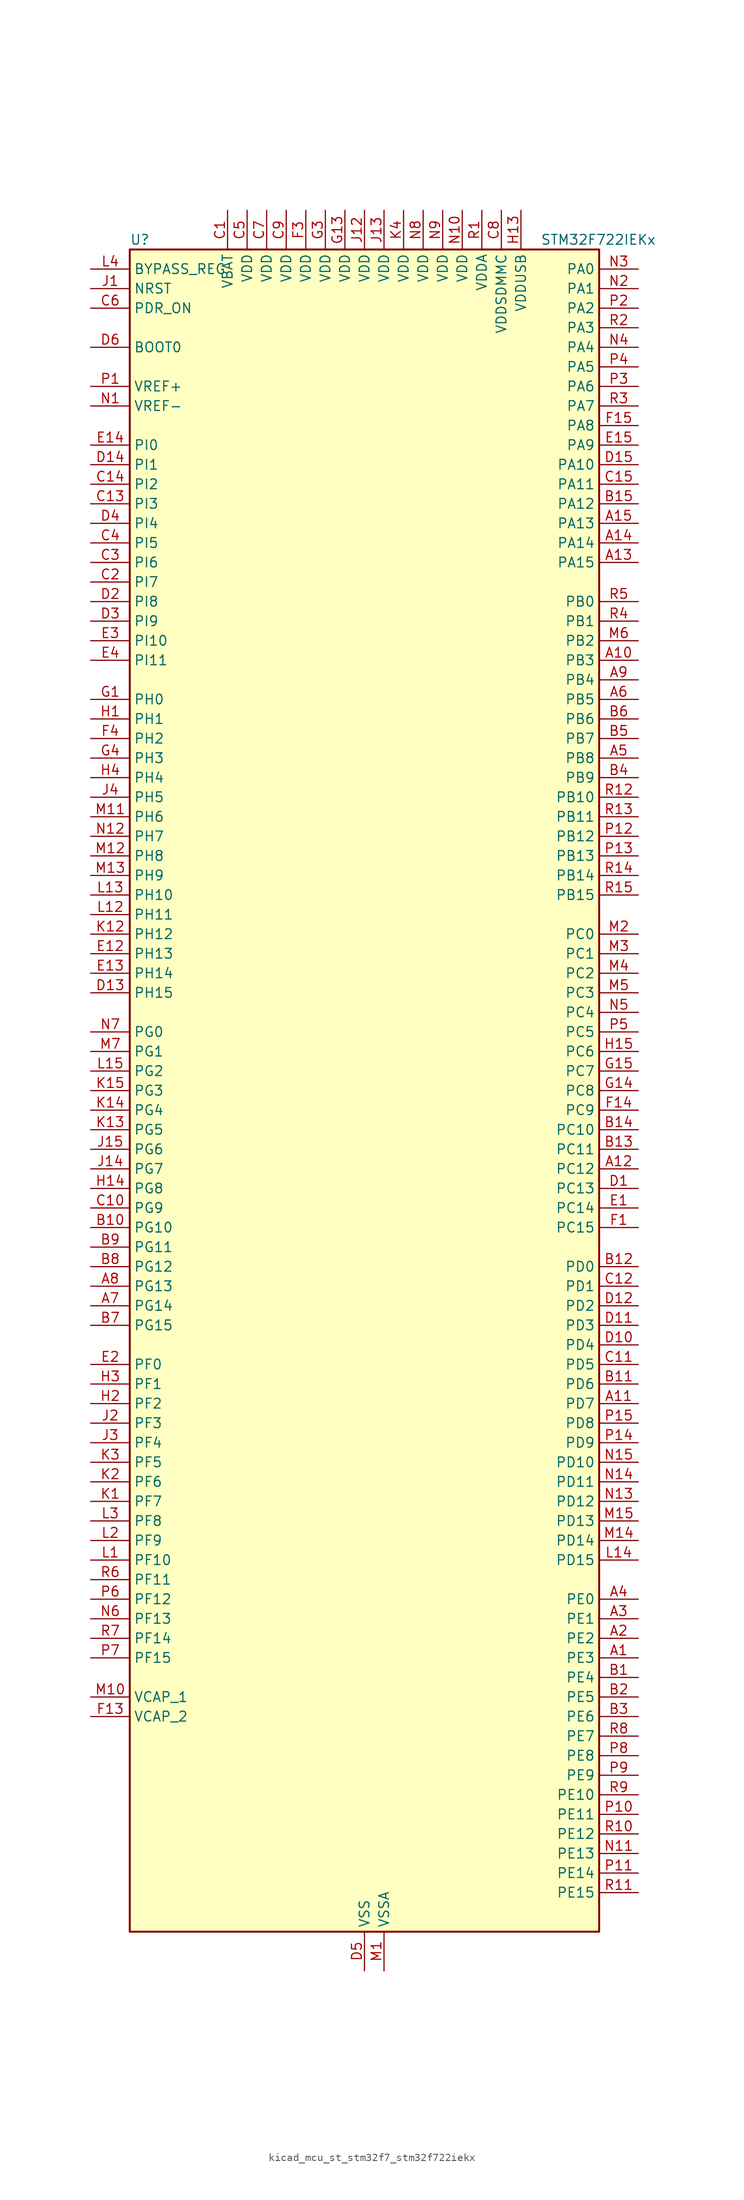
<source format=kicad_sym>
(kicad_symbol_lib
  (version 20220914)
  (generator kicad_symbol_editor)
  (symbol "kicad_mcu_st_stm32f7_stm32f722iekx"
    (property "Reference" "U"
      (at -30.48 110.49 0)
      (effects (font (size 1.27 1.27)) (justify left)))
    (property "Value" "STM32F722IEKx"
      (at 22.86 110.49 0)
      (effects (font (size 1.27 1.27)) (justify left)))
    (property "ki_locked" ""
      (at 0 0 0)
      (effects (font (size 1.27 1.27))))
    (symbol "kicad_mcu_st_stm32f7_stm32f722iekx_0_1"
      (rectangle (start -30.48 -109.22) (end 30.48 109.22) (stroke (width 0.254) (type default)) (fill (type background))))
    (symbol "kicad_mcu_st_stm32f7_stm32f722iekx_1_1"
      (pin bidirectional line (at 35.56 -73.66 180) (length 5.08) (name "PE3" (effects (font (size 1.27 1.27)))) (number "A1" (effects (font (size 1.27 1.27)))) (alternate "FMC_A19" bidirectional line) (alternate "SAI1_SD_B" bidirectional line) (alternate "SYS_TRACED0" bidirectional line))
      (pin bidirectional line (at 35.56 55.88 180) (length 5.08) (name "PB3" (effects (font (size 1.27 1.27)))) (number "A10" (effects (font (size 1.27 1.27)))) (alternate "I2S1_CK" bidirectional line) (alternate "I2S3_CK" bidirectional line) (alternate "SDMMC2_D2" bidirectional line) (alternate "SPI1_SCK" bidirectional line) (alternate "SPI3_SCK" bidirectional line) (alternate "SYS_JTDO-SWO" bidirectional line) (alternate "TIM2_CH2" bidirectional line))
      (pin bidirectional line (at 35.56 -40.64 180) (length 5.08) (name "PD7" (effects (font (size 1.27 1.27)))) (number "A11" (effects (font (size 1.27 1.27)))) (alternate "FMC_NE1" bidirectional line) (alternate "SDMMC2_CMD" bidirectional line) (alternate "USART2_CK" bidirectional line))
      (pin bidirectional line (at 35.56 -10.16 180) (length 5.08) (name "PC12" (effects (font (size 1.27 1.27)))) (number "A12" (effects (font (size 1.27 1.27)))) (alternate "I2S3_SD" bidirectional line) (alternate "SDMMC1_CK" bidirectional line) (alternate "SPI3_MOSI" bidirectional line) (alternate "SYS_TRACED3" bidirectional line) (alternate "UART5_TX" bidirectional line) (alternate "USART3_CK" bidirectional line))
      (pin bidirectional line (at 35.56 68.58 180) (length 5.08) (name "PA15" (effects (font (size 1.27 1.27)))) (number "A13" (effects (font (size 1.27 1.27)))) (alternate "I2S1_WS" bidirectional line) (alternate "I2S3_WS" bidirectional line) (alternate "SPI1_NSS" bidirectional line) (alternate "SPI3_NSS" bidirectional line) (alternate "SYS_JTDI" bidirectional line) (alternate "TIM2_CH1" bidirectional line) (alternate "TIM2_ETR" bidirectional line) (alternate "UART4_DE" bidirectional line) (alternate "UART4_RTS" bidirectional line))
      (pin bidirectional line (at 35.56 71.12 180) (length 5.08) (name "PA14" (effects (font (size 1.27 1.27)))) (number "A14" (effects (font (size 1.27 1.27)))) (alternate "SYS_JTCK-SWCLK" bidirectional line))
      (pin bidirectional line (at 35.56 73.66 180) (length 5.08) (name "PA13" (effects (font (size 1.27 1.27)))) (number "A15" (effects (font (size 1.27 1.27)))) (alternate "SYS_JTMS-SWDIO" bidirectional line))
      (pin bidirectional line (at 35.56 -71.12 180) (length 5.08) (name "PE2" (effects (font (size 1.27 1.27)))) (number "A2" (effects (font (size 1.27 1.27)))) (alternate "FMC_A23" bidirectional line) (alternate "QUADSPI_BK1_IO2" bidirectional line) (alternate "SAI1_MCLK_A" bidirectional line) (alternate "SPI4_SCK" bidirectional line) (alternate "SYS_TRACECLK" bidirectional line))
      (pin bidirectional line (at 35.56 -68.58 180) (length 5.08) (name "PE1" (effects (font (size 1.27 1.27)))) (number "A3" (effects (font (size 1.27 1.27)))) (alternate "FMC_NBL1" bidirectional line) (alternate "LPTIM1_IN2" bidirectional line) (alternate "UART8_TX" bidirectional line))
      (pin bidirectional line (at 35.56 -66.04 180) (length 5.08) (name "PE0" (effects (font (size 1.27 1.27)))) (number "A4" (effects (font (size 1.27 1.27)))) (alternate "FMC_NBL0" bidirectional line) (alternate "LPTIM1_ETR" bidirectional line) (alternate "SAI2_MCLK_A" bidirectional line) (alternate "TIM4_ETR" bidirectional line) (alternate "UART8_RX" bidirectional line))
      (pin bidirectional line (at 35.56 43.18 180) (length 5.08) (name "PB8" (effects (font (size 1.27 1.27)))) (number "A5" (effects (font (size 1.27 1.27)))) (alternate "CAN1_RX" bidirectional line) (alternate "I2C1_SCL" bidirectional line) (alternate "SDMMC1_D4" bidirectional line) (alternate "SDMMC2_D4" bidirectional line) (alternate "TIM10_CH1" bidirectional line) (alternate "TIM4_CH3" bidirectional line))
      (pin bidirectional line (at 35.56 50.8 180) (length 5.08) (name "PB5" (effects (font (size 1.27 1.27)))) (number "A6" (effects (font (size 1.27 1.27)))) (alternate "FMC_SDCKE1" bidirectional line) (alternate "I2C1_SMBA" bidirectional line) (alternate "I2S1_SD" bidirectional line) (alternate "I2S3_SD" bidirectional line) (alternate "SPI1_MOSI" bidirectional line) (alternate "SPI3_MOSI" bidirectional line) (alternate "TIM3_CH2" bidirectional line) (alternate "USB_OTG_HS_ULPI_D7" bidirectional line))
      (pin bidirectional line (at -35.56 -27.94 0) (length 5.08) (name "PG14" (effects (font (size 1.27 1.27)))) (number "A7" (effects (font (size 1.27 1.27)))) (alternate "FMC_A25" bidirectional line) (alternate "LPTIM1_ETR" bidirectional line) (alternate "QUADSPI_BK2_IO3" bidirectional line) (alternate "SYS_TRACED1" bidirectional line) (alternate "USART6_TX" bidirectional line))
      (pin bidirectional line (at -35.56 -25.4 0) (length 5.08) (name "PG13" (effects (font (size 1.27 1.27)))) (number "A8" (effects (font (size 1.27 1.27)))) (alternate "FMC_A24" bidirectional line) (alternate "LPTIM1_OUT" bidirectional line) (alternate "SYS_TRACED0" bidirectional line) (alternate "USART6_CTS" bidirectional line))
      (pin bidirectional line (at 35.56 53.34 180) (length 5.08) (name "PB4" (effects (font (size 1.27 1.27)))) (number "A9" (effects (font (size 1.27 1.27)))) (alternate "I2S2_WS" bidirectional line) (alternate "SDMMC2_D3" bidirectional line) (alternate "SPI1_MISO" bidirectional line) (alternate "SPI2_NSS" bidirectional line) (alternate "SPI3_MISO" bidirectional line) (alternate "SYS_JTRST" bidirectional line) (alternate "TIM3_CH1" bidirectional line))
      (pin bidirectional line (at 35.56 -76.2 180) (length 5.08) (name "PE4" (effects (font (size 1.27 1.27)))) (number "B1" (effects (font (size 1.27 1.27)))) (alternate "FMC_A20" bidirectional line) (alternate "SAI1_FS_A" bidirectional line) (alternate "SPI4_NSS" bidirectional line) (alternate "SYS_TRACED1" bidirectional line))
      (pin bidirectional line (at -35.56 -17.78 0) (length 5.08) (name "PG10" (effects (font (size 1.27 1.27)))) (number "B10" (effects (font (size 1.27 1.27)))) (alternate "FMC_NE3" bidirectional line) (alternate "SAI2_SD_B" bidirectional line) (alternate "SDMMC2_D1" bidirectional line))
      (pin bidirectional line (at 35.56 -38.1 180) (length 5.08) (name "PD6" (effects (font (size 1.27 1.27)))) (number "B11" (effects (font (size 1.27 1.27)))) (alternate "FMC_NWAIT" bidirectional line) (alternate "I2S3_SD" bidirectional line) (alternate "SAI1_SD_A" bidirectional line) (alternate "SDMMC2_CK" bidirectional line) (alternate "SPI3_MOSI" bidirectional line) (alternate "USART2_RX" bidirectional line))
      (pin bidirectional line (at 35.56 -22.86 180) (length 5.08) (name "PD0" (effects (font (size 1.27 1.27)))) (number "B12" (effects (font (size 1.27 1.27)))) (alternate "CAN1_RX" bidirectional line) (alternate "FMC_D2" bidirectional line) (alternate "FMC_DA2" bidirectional line))
      (pin bidirectional line (at 35.56 -7.62 180) (length 5.08) (name "PC11" (effects (font (size 1.27 1.27)))) (number "B13" (effects (font (size 1.27 1.27)))) (alternate "ADC1_EXTI11" bidirectional line) (alternate "ADC2_EXTI11" bidirectional line) (alternate "ADC3_EXTI11" bidirectional line) (alternate "QUADSPI_BK2_NCS" bidirectional line) (alternate "SDMMC1_D3" bidirectional line) (alternate "SPI3_MISO" bidirectional line) (alternate "UART4_RX" bidirectional line) (alternate "USART3_RX" bidirectional line))
      (pin bidirectional line (at 35.56 -5.08 180) (length 5.08) (name "PC10" (effects (font (size 1.27 1.27)))) (number "B14" (effects (font (size 1.27 1.27)))) (alternate "I2S3_CK" bidirectional line) (alternate "QUADSPI_BK1_IO1" bidirectional line) (alternate "SDMMC1_D2" bidirectional line) (alternate "SPI3_SCK" bidirectional line) (alternate "UART4_TX" bidirectional line) (alternate "USART3_TX" bidirectional line))
      (pin bidirectional line (at 35.56 76.2 180) (length 5.08) (name "PA12" (effects (font (size 1.27 1.27)))) (number "B15" (effects (font (size 1.27 1.27)))) (alternate "CAN1_TX" bidirectional line) (alternate "SAI2_FS_B" bidirectional line) (alternate "TIM1_ETR" bidirectional line) (alternate "USART1_DE" bidirectional line) (alternate "USART1_RTS" bidirectional line) (alternate "USB_OTG_FS_DP" bidirectional line))
      (pin bidirectional line (at 35.56 -78.74 180) (length 5.08) (name "PE5" (effects (font (size 1.27 1.27)))) (number "B2" (effects (font (size 1.27 1.27)))) (alternate "FMC_A21" bidirectional line) (alternate "SAI1_SCK_A" bidirectional line) (alternate "SPI4_MISO" bidirectional line) (alternate "SYS_TRACED2" bidirectional line) (alternate "TIM9_CH1" bidirectional line))
      (pin bidirectional line (at 35.56 -81.28 180) (length 5.08) (name "PE6" (effects (font (size 1.27 1.27)))) (number "B3" (effects (font (size 1.27 1.27)))) (alternate "FMC_A22" bidirectional line) (alternate "SAI1_SD_A" bidirectional line) (alternate "SAI2_MCLK_B" bidirectional line) (alternate "SPI4_MOSI" bidirectional line) (alternate "SYS_TRACED3" bidirectional line) (alternate "TIM1_BKIN2" bidirectional line) (alternate "TIM9_CH2" bidirectional line))
      (pin bidirectional line (at 35.56 40.64 180) (length 5.08) (name "PB9" (effects (font (size 1.27 1.27)))) (number "B4" (effects (font (size 1.27 1.27)))) (alternate "CAN1_TX" bidirectional line) (alternate "DAC_EXTI9" bidirectional line) (alternate "I2C1_SDA" bidirectional line) (alternate "I2S2_WS" bidirectional line) (alternate "SDMMC1_D5" bidirectional line) (alternate "SDMMC2_D5" bidirectional line) (alternate "SPI2_NSS" bidirectional line) (alternate "TIM11_CH1" bidirectional line) (alternate "TIM4_CH4" bidirectional line))
      (pin bidirectional line (at 35.56 45.72 180) (length 5.08) (name "PB7" (effects (font (size 1.27 1.27)))) (number "B5" (effects (font (size 1.27 1.27)))) (alternate "FMC_NL" bidirectional line) (alternate "I2C1_SDA" bidirectional line) (alternate "TIM4_CH2" bidirectional line) (alternate "USART1_RX" bidirectional line))
      (pin bidirectional line (at 35.56 48.26 180) (length 5.08) (name "PB6" (effects (font (size 1.27 1.27)))) (number "B6" (effects (font (size 1.27 1.27)))) (alternate "FMC_SDNE1" bidirectional line) (alternate "I2C1_SCL" bidirectional line) (alternate "QUADSPI_BK1_NCS" bidirectional line) (alternate "TIM4_CH1" bidirectional line) (alternate "USART1_TX" bidirectional line))
      (pin bidirectional line (at -35.56 -30.48 0) (length 5.08) (name "PG15" (effects (font (size 1.27 1.27)))) (number "B7" (effects (font (size 1.27 1.27)))) (alternate "FMC_SDNCAS" bidirectional line) (alternate "USART6_CTS" bidirectional line))
      (pin bidirectional line (at -35.56 -22.86 0) (length 5.08) (name "PG12" (effects (font (size 1.27 1.27)))) (number "B8" (effects (font (size 1.27 1.27)))) (alternate "FMC_NE4" bidirectional line) (alternate "LPTIM1_IN1" bidirectional line) (alternate "SDMMC2_D3" bidirectional line) (alternate "USART6_DE" bidirectional line) (alternate "USART6_RTS" bidirectional line))
      (pin bidirectional line (at -35.56 -20.32 0) (length 5.08) (name "PG11" (effects (font (size 1.27 1.27)))) (number "B9" (effects (font (size 1.27 1.27)))) (alternate "ADC1_EXTI11" bidirectional line) (alternate "ADC2_EXTI11" bidirectional line) (alternate "ADC3_EXTI11" bidirectional line) (alternate "FMC_INT" bidirectional line) (alternate "SDMMC2_D2" bidirectional line))
      (pin power_in line (at -17.78 114.3 270) (length 5.08) (name "VBAT" (effects (font (size 1.27 1.27)))) (number "C1" (effects (font (size 1.27 1.27)))))
      (pin bidirectional line (at -35.56 -15.24 0) (length 5.08) (name "PG9" (effects (font (size 1.27 1.27)))) (number "C10" (effects (font (size 1.27 1.27)))) (alternate "DAC_EXTI9" bidirectional line) (alternate "FMC_NCE" bidirectional line) (alternate "FMC_NE2" bidirectional line) (alternate "QUADSPI_BK2_IO2" bidirectional line) (alternate "SAI2_FS_B" bidirectional line) (alternate "SDMMC2_D0" bidirectional line) (alternate "USART6_RX" bidirectional line))
      (pin bidirectional line (at 35.56 -35.56 180) (length 5.08) (name "PD5" (effects (font (size 1.27 1.27)))) (number "C11" (effects (font (size 1.27 1.27)))) (alternate "FMC_NWE" bidirectional line) (alternate "USART2_TX" bidirectional line))
      (pin bidirectional line (at 35.56 -25.4 180) (length 5.08) (name "PD1" (effects (font (size 1.27 1.27)))) (number "C12" (effects (font (size 1.27 1.27)))) (alternate "CAN1_TX" bidirectional line) (alternate "FMC_D3" bidirectional line) (alternate "FMC_DA3" bidirectional line))
      (pin bidirectional line (at -35.56 76.2 0) (length 5.08) (name "PI3" (effects (font (size 1.27 1.27)))) (number "C13" (effects (font (size 1.27 1.27)))) (alternate "FMC_D27" bidirectional line) (alternate "I2S2_SD" bidirectional line) (alternate "SPI2_MOSI" bidirectional line) (alternate "TIM8_ETR" bidirectional line))
      (pin bidirectional line (at -35.56 78.74 0) (length 5.08) (name "PI2" (effects (font (size 1.27 1.27)))) (number "C14" (effects (font (size 1.27 1.27)))) (alternate "FMC_D26" bidirectional line) (alternate "SPI2_MISO" bidirectional line) (alternate "TIM8_CH4" bidirectional line))
      (pin bidirectional line (at 35.56 78.74 180) (length 5.08) (name "PA11" (effects (font (size 1.27 1.27)))) (number "C15" (effects (font (size 1.27 1.27)))) (alternate "ADC1_EXTI11" bidirectional line) (alternate "ADC2_EXTI11" bidirectional line) (alternate "ADC3_EXTI11" bidirectional line) (alternate "CAN1_RX" bidirectional line) (alternate "TIM1_CH4" bidirectional line) (alternate "USART1_CTS" bidirectional line) (alternate "USB_OTG_FS_DM" bidirectional line))
      (pin bidirectional line (at -35.56 66.04 0) (length 5.08) (name "PI7" (effects (font (size 1.27 1.27)))) (number "C2" (effects (font (size 1.27 1.27)))) (alternate "FMC_D29" bidirectional line) (alternate "SAI2_FS_A" bidirectional line) (alternate "TIM8_CH3" bidirectional line))
      (pin bidirectional line (at -35.56 68.58 0) (length 5.08) (name "PI6" (effects (font (size 1.27 1.27)))) (number "C3" (effects (font (size 1.27 1.27)))) (alternate "FMC_D28" bidirectional line) (alternate "SAI2_SD_A" bidirectional line) (alternate "TIM8_CH2" bidirectional line))
      (pin bidirectional line (at -35.56 71.12 0) (length 5.08) (name "PI5" (effects (font (size 1.27 1.27)))) (number "C4" (effects (font (size 1.27 1.27)))) (alternate "FMC_NBL3" bidirectional line) (alternate "SAI2_SCK_A" bidirectional line) (alternate "TIM8_CH1" bidirectional line))
      (pin power_in line (at -15.24 114.3 270) (length 5.08) (name "VDD" (effects (font (size 1.27 1.27)))) (number "C5" (effects (font (size 1.27 1.27)))))
      (pin input line (at -35.56 101.6 0) (length 5.08) (name "PDR_ON" (effects (font (size 1.27 1.27)))) (number "C6" (effects (font (size 1.27 1.27)))))
      (pin power_in line (at -12.7 114.3 270) (length 5.08) (name "VDD" (effects (font (size 1.27 1.27)))) (number "C7" (effects (font (size 1.27 1.27)))))
      (pin power_in line (at 17.78 114.3 270) (length 5.08) (name "VDDSDMMC" (effects (font (size 1.27 1.27)))) (number "C8" (effects (font (size 1.27 1.27)))))
      (pin power_in line (at -10.16 114.3 270) (length 5.08) (name "VDD" (effects (font (size 1.27 1.27)))) (number "C9" (effects (font (size 1.27 1.27)))))
      (pin bidirectional line (at 35.56 -12.7 180) (length 5.08) (name "PC13" (effects (font (size 1.27 1.27)))) (number "D1" (effects (font (size 1.27 1.27)))) (alternate "RTC_OUT" bidirectional line) (alternate "RTC_TAMP1" bidirectional line) (alternate "RTC_TS" bidirectional line) (alternate "SYS_WKUP4" bidirectional line))
      (pin bidirectional line (at 35.56 -33.02 180) (length 5.08) (name "PD4" (effects (font (size 1.27 1.27)))) (number "D10" (effects (font (size 1.27 1.27)))) (alternate "FMC_NOE" bidirectional line) (alternate "USART2_DE" bidirectional line) (alternate "USART2_RTS" bidirectional line))
      (pin bidirectional line (at 35.56 -30.48 180) (length 5.08) (name "PD3" (effects (font (size 1.27 1.27)))) (number "D11" (effects (font (size 1.27 1.27)))) (alternate "FMC_CLK" bidirectional line) (alternate "I2S2_CK" bidirectional line) (alternate "SPI2_SCK" bidirectional line) (alternate "USART2_CTS" bidirectional line))
      (pin bidirectional line (at 35.56 -27.94 180) (length 5.08) (name "PD2" (effects (font (size 1.27 1.27)))) (number "D12" (effects (font (size 1.27 1.27)))) (alternate "SDMMC1_CMD" bidirectional line) (alternate "SYS_TRACED2" bidirectional line) (alternate "TIM3_ETR" bidirectional line) (alternate "UART5_RX" bidirectional line))
      (pin bidirectional line (at -35.56 12.7 0) (length 5.08) (name "PH15" (effects (font (size 1.27 1.27)))) (number "D13" (effects (font (size 1.27 1.27)))) (alternate "FMC_D23" bidirectional line) (alternate "TIM8_CH3N" bidirectional line))
      (pin bidirectional line (at -35.56 81.28 0) (length 5.08) (name "PI1" (effects (font (size 1.27 1.27)))) (number "D14" (effects (font (size 1.27 1.27)))) (alternate "FMC_D25" bidirectional line) (alternate "I2S2_CK" bidirectional line) (alternate "SPI2_SCK" bidirectional line) (alternate "TIM8_BKIN2" bidirectional line))
      (pin bidirectional line (at 35.56 81.28 180) (length 5.08) (name "PA10" (effects (font (size 1.27 1.27)))) (number "D15" (effects (font (size 1.27 1.27)))) (alternate "TIM1_CH3" bidirectional line) (alternate "USART1_RX" bidirectional line) (alternate "USB_OTG_FS_ID" bidirectional line))
      (pin bidirectional line (at -35.56 63.5 0) (length 5.08) (name "PI8" (effects (font (size 1.27 1.27)))) (number "D2" (effects (font (size 1.27 1.27)))) (alternate "RTC_TAMP2" bidirectional line) (alternate "RTC_TS" bidirectional line) (alternate "SYS_WKUP5" bidirectional line))
      (pin bidirectional line (at -35.56 60.96 0) (length 5.08) (name "PI9" (effects (font (size 1.27 1.27)))) (number "D3" (effects (font (size 1.27 1.27)))) (alternate "CAN1_RX" bidirectional line) (alternate "DAC_EXTI9" bidirectional line) (alternate "FMC_D30" bidirectional line) (alternate "UART4_RX" bidirectional line))
      (pin bidirectional line (at -35.56 73.66 0) (length 5.08) (name "PI4" (effects (font (size 1.27 1.27)))) (number "D4" (effects (font (size 1.27 1.27)))) (alternate "FMC_NBL2" bidirectional line) (alternate "SAI2_MCLK_A" bidirectional line) (alternate "TIM8_BKIN" bidirectional line))
      (pin power_in line (at 0 -114.3 90) (length 5.08) (name "VSS" (effects (font (size 1.27 1.27)))) (number "D5" (effects (font (size 1.27 1.27)))))
      (pin input line (at -35.56 96.52 0) (length 5.08) (name "BOOT0" (effects (font (size 1.27 1.27)))) (number "D6" (effects (font (size 1.27 1.27)))))
      (pin passive line (at 0 -114.3 90) (length 5.08) hide (name "VSS" (effects (font (size 1.27 1.27)))) (number "D7" (effects (font (size 1.27 1.27)))))
      (pin passive line (at 0 -114.3 90) (length 5.08) hide (name "VSS" (effects (font (size 1.27 1.27)))) (number "D8" (effects (font (size 1.27 1.27)))))
      (pin passive line (at 0 -114.3 90) (length 5.08) hide (name "VSS" (effects (font (size 1.27 1.27)))) (number "D9" (effects (font (size 1.27 1.27)))))
      (pin bidirectional line (at 35.56 -15.24 180) (length 5.08) (name "PC14" (effects (font (size 1.27 1.27)))) (number "E1" (effects (font (size 1.27 1.27)))) (alternate "RCC_OSC32_IN" bidirectional line))
      (pin bidirectional line (at -35.56 17.78 0) (length 5.08) (name "PH13" (effects (font (size 1.27 1.27)))) (number "E12" (effects (font (size 1.27 1.27)))) (alternate "CAN1_TX" bidirectional line) (alternate "FMC_D21" bidirectional line) (alternate "TIM8_CH1N" bidirectional line) (alternate "UART4_TX" bidirectional line))
      (pin bidirectional line (at -35.56 15.24 0) (length 5.08) (name "PH14" (effects (font (size 1.27 1.27)))) (number "E13" (effects (font (size 1.27 1.27)))) (alternate "CAN1_RX" bidirectional line) (alternate "FMC_D22" bidirectional line) (alternate "TIM8_CH2N" bidirectional line) (alternate "UART4_RX" bidirectional line))
      (pin bidirectional line (at -35.56 83.82 0) (length 5.08) (name "PI0" (effects (font (size 1.27 1.27)))) (number "E14" (effects (font (size 1.27 1.27)))) (alternate "FMC_D24" bidirectional line) (alternate "I2S2_WS" bidirectional line) (alternate "SPI2_NSS" bidirectional line) (alternate "TIM5_CH4" bidirectional line))
      (pin bidirectional line (at 35.56 83.82 180) (length 5.08) (name "PA9" (effects (font (size 1.27 1.27)))) (number "E15" (effects (font (size 1.27 1.27)))) (alternate "DAC_EXTI9" bidirectional line) (alternate "I2C3_SMBA" bidirectional line) (alternate "I2S2_CK" bidirectional line) (alternate "SPI2_SCK" bidirectional line) (alternate "TIM1_CH2" bidirectional line) (alternate "USART1_TX" bidirectional line) (alternate "USB_OTG_FS_VBUS" bidirectional line))
      (pin bidirectional line (at -35.56 -35.56 0) (length 5.08) (name "PF0" (effects (font (size 1.27 1.27)))) (number "E2" (effects (font (size 1.27 1.27)))) (alternate "FMC_A0" bidirectional line) (alternate "I2C2_SDA" bidirectional line))
      (pin bidirectional line (at -35.56 58.42 0) (length 5.08) (name "PI10" (effects (font (size 1.27 1.27)))) (number "E3" (effects (font (size 1.27 1.27)))) (alternate "FMC_D31" bidirectional line))
      (pin bidirectional line (at -35.56 55.88 0) (length 5.08) (name "PI11" (effects (font (size 1.27 1.27)))) (number "E4" (effects (font (size 1.27 1.27)))) (alternate "ADC1_EXTI11" bidirectional line) (alternate "ADC2_EXTI11" bidirectional line) (alternate "ADC3_EXTI11" bidirectional line) (alternate "SYS_WKUP6" bidirectional line) (alternate "USB_OTG_HS_ULPI_DIR" bidirectional line))
      (pin bidirectional line (at 35.56 -17.78 180) (length 5.08) (name "PC15" (effects (font (size 1.27 1.27)))) (number "F1" (effects (font (size 1.27 1.27)))) (alternate "RCC_OSC32_OUT" bidirectional line))
      (pin passive line (at 0 -114.3 90) (length 5.08) hide (name "VSS" (effects (font (size 1.27 1.27)))) (number "F10" (effects (font (size 1.27 1.27)))))
      (pin passive line (at 0 -114.3 90) (length 5.08) hide (name "VSS" (effects (font (size 1.27 1.27)))) (number "F12" (effects (font (size 1.27 1.27)))))
      (pin power_out line (at -35.56 -81.28 0) (length 5.08) (name "VCAP_2" (effects (font (size 1.27 1.27)))) (number "F13" (effects (font (size 1.27 1.27)))))
      (pin bidirectional line (at 35.56 -2.54 180) (length 5.08) (name "PC9" (effects (font (size 1.27 1.27)))) (number "F14" (effects (font (size 1.27 1.27)))) (alternate "DAC_EXTI9" bidirectional line) (alternate "I2C3_SDA" bidirectional line) (alternate "I2S_CKIN" bidirectional line) (alternate "QUADSPI_BK1_IO0" bidirectional line) (alternate "RCC_MCO_2" bidirectional line) (alternate "SDMMC1_D1" bidirectional line) (alternate "TIM3_CH4" bidirectional line) (alternate "TIM8_CH4" bidirectional line) (alternate "UART5_CTS" bidirectional line))
      (pin bidirectional line (at 35.56 86.36 180) (length 5.08) (name "PA8" (effects (font (size 1.27 1.27)))) (number "F15" (effects (font (size 1.27 1.27)))) (alternate "I2C3_SCL" bidirectional line) (alternate "RCC_MCO_1" bidirectional line) (alternate "TIM1_CH1" bidirectional line) (alternate "TIM8_BKIN2" bidirectional line) (alternate "USART1_CK" bidirectional line) (alternate "USB_OTG_FS_SOF" bidirectional line))
      (pin passive line (at 0 -114.3 90) (length 5.08) hide (name "VSS" (effects (font (size 1.27 1.27)))) (number "F2" (effects (font (size 1.27 1.27)))))
      (pin power_in line (at -7.62 114.3 270) (length 5.08) (name "VDD" (effects (font (size 1.27 1.27)))) (number "F3" (effects (font (size 1.27 1.27)))))
      (pin bidirectional line (at -35.56 45.72 0) (length 5.08) (name "PH2" (effects (font (size 1.27 1.27)))) (number "F4" (effects (font (size 1.27 1.27)))) (alternate "FMC_SDCKE0" bidirectional line) (alternate "LPTIM1_IN2" bidirectional line) (alternate "QUADSPI_BK2_IO0" bidirectional line) (alternate "SAI2_SCK_B" bidirectional line))
      (pin passive line (at 0 -114.3 90) (length 5.08) hide (name "VSS" (effects (font (size 1.27 1.27)))) (number "F6" (effects (font (size 1.27 1.27)))))
      (pin passive line (at 0 -114.3 90) (length 5.08) hide (name "VSS" (effects (font (size 1.27 1.27)))) (number "F7" (effects (font (size 1.27 1.27)))))
      (pin passive line (at 0 -114.3 90) (length 5.08) hide (name "VSS" (effects (font (size 1.27 1.27)))) (number "F8" (effects (font (size 1.27 1.27)))))
      (pin passive line (at 0 -114.3 90) (length 5.08) hide (name "VSS" (effects (font (size 1.27 1.27)))) (number "F9" (effects (font (size 1.27 1.27)))))
      (pin bidirectional line (at -35.56 50.8 0) (length 5.08) (name "PH0" (effects (font (size 1.27 1.27)))) (number "G1" (effects (font (size 1.27 1.27)))) (alternate "RCC_OSC_IN" bidirectional line))
      (pin passive line (at 0 -114.3 90) (length 5.08) hide (name "VSS" (effects (font (size 1.27 1.27)))) (number "G10" (effects (font (size 1.27 1.27)))))
      (pin passive line (at 0 -114.3 90) (length 5.08) hide (name "VSS" (effects (font (size 1.27 1.27)))) (number "G12" (effects (font (size 1.27 1.27)))))
      (pin power_in line (at -2.54 114.3 270) (length 5.08) (name "VDD" (effects (font (size 1.27 1.27)))) (number "G13" (effects (font (size 1.27 1.27)))))
      (pin bidirectional line (at 35.56 0 180) (length 5.08) (name "PC8" (effects (font (size 1.27 1.27)))) (number "G14" (effects (font (size 1.27 1.27)))) (alternate "SDMMC1_D0" bidirectional line) (alternate "SYS_TRACED1" bidirectional line) (alternate "TIM3_CH3" bidirectional line) (alternate "TIM8_CH3" bidirectional line) (alternate "UART5_DE" bidirectional line) (alternate "UART5_RTS" bidirectional line) (alternate "USART6_CK" bidirectional line))
      (pin bidirectional line (at 35.56 2.54 180) (length 5.08) (name "PC7" (effects (font (size 1.27 1.27)))) (number "G15" (effects (font (size 1.27 1.27)))) (alternate "I2S3_MCK" bidirectional line) (alternate "SDMMC1_D7" bidirectional line) (alternate "SDMMC2_D7" bidirectional line) (alternate "TIM3_CH2" bidirectional line) (alternate "TIM8_CH2" bidirectional line) (alternate "USART6_RX" bidirectional line))
      (pin passive line (at 0 -114.3 90) (length 5.08) hide (name "VSS" (effects (font (size 1.27 1.27)))) (number "G2" (effects (font (size 1.27 1.27)))))
      (pin power_in line (at -5.08 114.3 270) (length 5.08) (name "VDD" (effects (font (size 1.27 1.27)))) (number "G3" (effects (font (size 1.27 1.27)))))
      (pin bidirectional line (at -35.56 43.18 0) (length 5.08) (name "PH3" (effects (font (size 1.27 1.27)))) (number "G4" (effects (font (size 1.27 1.27)))) (alternate "FMC_SDNE0" bidirectional line) (alternate "QUADSPI_BK2_IO1" bidirectional line) (alternate "SAI2_MCLK_B" bidirectional line))
      (pin passive line (at 0 -114.3 90) (length 5.08) hide (name "VSS" (effects (font (size 1.27 1.27)))) (number "G6" (effects (font (size 1.27 1.27)))))
      (pin passive line (at 0 -114.3 90) (length 5.08) hide (name "VSS" (effects (font (size 1.27 1.27)))) (number "G7" (effects (font (size 1.27 1.27)))))
      (pin passive line (at 0 -114.3 90) (length 5.08) hide (name "VSS" (effects (font (size 1.27 1.27)))) (number "G8" (effects (font (size 1.27 1.27)))))
      (pin passive line (at 0 -114.3 90) (length 5.08) hide (name "VSS" (effects (font (size 1.27 1.27)))) (number "G9" (effects (font (size 1.27 1.27)))))
      (pin bidirectional line (at -35.56 48.26 0) (length 5.08) (name "PH1" (effects (font (size 1.27 1.27)))) (number "H1" (effects (font (size 1.27 1.27)))) (alternate "RCC_OSC_OUT" bidirectional line))
      (pin passive line (at 0 -114.3 90) (length 5.08) hide (name "VSS" (effects (font (size 1.27 1.27)))) (number "H10" (effects (font (size 1.27 1.27)))))
      (pin passive line (at 0 -114.3 90) (length 5.08) hide (name "VSS" (effects (font (size 1.27 1.27)))) (number "H12" (effects (font (size 1.27 1.27)))))
      (pin power_in line (at 20.32 114.3 270) (length 5.08) (name "VDDUSB" (effects (font (size 1.27 1.27)))) (number "H13" (effects (font (size 1.27 1.27)))))
      (pin bidirectional line (at -35.56 -12.7 0) (length 5.08) (name "PG8" (effects (font (size 1.27 1.27)))) (number "H14" (effects (font (size 1.27 1.27)))) (alternate "FMC_SDCLK" bidirectional line) (alternate "USART6_DE" bidirectional line) (alternate "USART6_RTS" bidirectional line))
      (pin bidirectional line (at 35.56 5.08 180) (length 5.08) (name "PC6" (effects (font (size 1.27 1.27)))) (number "H15" (effects (font (size 1.27 1.27)))) (alternate "I2S2_MCK" bidirectional line) (alternate "SDMMC1_D6" bidirectional line) (alternate "SDMMC2_D6" bidirectional line) (alternate "TIM3_CH1" bidirectional line) (alternate "TIM8_CH1" bidirectional line) (alternate "USART6_TX" bidirectional line))
      (pin bidirectional line (at -35.56 -40.64 0) (length 5.08) (name "PF2" (effects (font (size 1.27 1.27)))) (number "H2" (effects (font (size 1.27 1.27)))) (alternate "FMC_A2" bidirectional line) (alternate "I2C2_SMBA" bidirectional line))
      (pin bidirectional line (at -35.56 -38.1 0) (length 5.08) (name "PF1" (effects (font (size 1.27 1.27)))) (number "H3" (effects (font (size 1.27 1.27)))) (alternate "FMC_A1" bidirectional line) (alternate "I2C2_SCL" bidirectional line))
      (pin bidirectional line (at -35.56 40.64 0) (length 5.08) (name "PH4" (effects (font (size 1.27 1.27)))) (number "H4" (effects (font (size 1.27 1.27)))) (alternate "I2C2_SCL" bidirectional line) (alternate "USB_OTG_HS_ULPI_NXT" bidirectional line))
      (pin passive line (at 0 -114.3 90) (length 5.08) hide (name "VSS" (effects (font (size 1.27 1.27)))) (number "H6" (effects (font (size 1.27 1.27)))))
      (pin passive line (at 0 -114.3 90) (length 5.08) hide (name "VSS" (effects (font (size 1.27 1.27)))) (number "H7" (effects (font (size 1.27 1.27)))))
      (pin passive line (at 0 -114.3 90) (length 5.08) hide (name "VSS" (effects (font (size 1.27 1.27)))) (number "H8" (effects (font (size 1.27 1.27)))))
      (pin passive line (at 0 -114.3 90) (length 5.08) hide (name "VSS" (effects (font (size 1.27 1.27)))) (number "H9" (effects (font (size 1.27 1.27)))))
      (pin input line (at -35.56 104.14 0) (length 5.08) (name "NRST" (effects (font (size 1.27 1.27)))) (number "J1" (effects (font (size 1.27 1.27)))))
      (pin passive line (at 0 -114.3 90) (length 5.08) hide (name "VSS" (effects (font (size 1.27 1.27)))) (number "J10" (effects (font (size 1.27 1.27)))))
      (pin power_in line (at 0 114.3 270) (length 5.08) (name "VDD" (effects (font (size 1.27 1.27)))) (number "J12" (effects (font (size 1.27 1.27)))))
      (pin power_in line (at 2.54 114.3 270) (length 5.08) (name "VDD" (effects (font (size 1.27 1.27)))) (number "J13" (effects (font (size 1.27 1.27)))))
      (pin bidirectional line (at -35.56 -10.16 0) (length 5.08) (name "PG7" (effects (font (size 1.27 1.27)))) (number "J14" (effects (font (size 1.27 1.27)))) (alternate "FMC_INT" bidirectional line) (alternate "USART6_CK" bidirectional line))
      (pin bidirectional line (at -35.56 -7.62 0) (length 5.08) (name "PG6" (effects (font (size 1.27 1.27)))) (number "J15" (effects (font (size 1.27 1.27)))))
      (pin bidirectional line (at -35.56 -43.18 0) (length 5.08) (name "PF3" (effects (font (size 1.27 1.27)))) (number "J2" (effects (font (size 1.27 1.27)))) (alternate "ADC3_IN9" bidirectional line) (alternate "FMC_A3" bidirectional line))
      (pin bidirectional line (at -35.56 -45.72 0) (length 5.08) (name "PF4" (effects (font (size 1.27 1.27)))) (number "J3" (effects (font (size 1.27 1.27)))) (alternate "ADC3_IN14" bidirectional line) (alternate "FMC_A4" bidirectional line))
      (pin bidirectional line (at -35.56 38.1 0) (length 5.08) (name "PH5" (effects (font (size 1.27 1.27)))) (number "J4" (effects (font (size 1.27 1.27)))) (alternate "FMC_SDNWE" bidirectional line) (alternate "I2C2_SDA" bidirectional line) (alternate "SPI5_NSS" bidirectional line))
      (pin passive line (at 0 -114.3 90) (length 5.08) hide (name "VSS" (effects (font (size 1.27 1.27)))) (number "J6" (effects (font (size 1.27 1.27)))))
      (pin passive line (at 0 -114.3 90) (length 5.08) hide (name "VSS" (effects (font (size 1.27 1.27)))) (number "J7" (effects (font (size 1.27 1.27)))))
      (pin passive line (at 0 -114.3 90) (length 5.08) hide (name "VSS" (effects (font (size 1.27 1.27)))) (number "J8" (effects (font (size 1.27 1.27)))))
      (pin passive line (at 0 -114.3 90) (length 5.08) hide (name "VSS" (effects (font (size 1.27 1.27)))) (number "J9" (effects (font (size 1.27 1.27)))))
      (pin bidirectional line (at -35.56 -53.34 0) (length 5.08) (name "PF7" (effects (font (size 1.27 1.27)))) (number "K1" (effects (font (size 1.27 1.27)))) (alternate "ADC3_IN5" bidirectional line) (alternate "QUADSPI_BK1_IO2" bidirectional line) (alternate "SAI1_MCLK_B" bidirectional line) (alternate "SPI5_SCK" bidirectional line) (alternate "TIM11_CH1" bidirectional line) (alternate "UART7_TX" bidirectional line))
      (pin passive line (at 0 -114.3 90) (length 5.08) hide (name "VSS" (effects (font (size 1.27 1.27)))) (number "K10" (effects (font (size 1.27 1.27)))))
      (pin bidirectional line (at -35.56 20.32 0) (length 5.08) (name "PH12" (effects (font (size 1.27 1.27)))) (number "K12" (effects (font (size 1.27 1.27)))) (alternate "FMC_D20" bidirectional line) (alternate "TIM5_CH3" bidirectional line))
      (pin bidirectional line (at -35.56 -5.08 0) (length 5.08) (name "PG5" (effects (font (size 1.27 1.27)))) (number "K13" (effects (font (size 1.27 1.27)))) (alternate "FMC_A15" bidirectional line) (alternate "FMC_BA1" bidirectional line))
      (pin bidirectional line (at -35.56 -2.54 0) (length 5.08) (name "PG4" (effects (font (size 1.27 1.27)))) (number "K14" (effects (font (size 1.27 1.27)))) (alternate "FMC_A14" bidirectional line) (alternate "FMC_BA0" bidirectional line))
      (pin bidirectional line (at -35.56 0 0) (length 5.08) (name "PG3" (effects (font (size 1.27 1.27)))) (number "K15" (effects (font (size 1.27 1.27)))) (alternate "FMC_A13" bidirectional line))
      (pin bidirectional line (at -35.56 -50.8 0) (length 5.08) (name "PF6" (effects (font (size 1.27 1.27)))) (number "K2" (effects (font (size 1.27 1.27)))) (alternate "ADC3_IN4" bidirectional line) (alternate "QUADSPI_BK1_IO3" bidirectional line) (alternate "SAI1_SD_B" bidirectional line) (alternate "SPI5_NSS" bidirectional line) (alternate "TIM10_CH1" bidirectional line) (alternate "UART7_RX" bidirectional line))
      (pin bidirectional line (at -35.56 -48.26 0) (length 5.08) (name "PF5" (effects (font (size 1.27 1.27)))) (number "K3" (effects (font (size 1.27 1.27)))) (alternate "ADC3_IN15" bidirectional line) (alternate "FMC_A5" bidirectional line))
      (pin power_in line (at 5.08 114.3 270) (length 5.08) (name "VDD" (effects (font (size 1.27 1.27)))) (number "K4" (effects (font (size 1.27 1.27)))))
      (pin passive line (at 0 -114.3 90) (length 5.08) hide (name "VSS" (effects (font (size 1.27 1.27)))) (number "K6" (effects (font (size 1.27 1.27)))))
      (pin passive line (at 0 -114.3 90) (length 5.08) hide (name "VSS" (effects (font (size 1.27 1.27)))) (number "K7" (effects (font (size 1.27 1.27)))))
      (pin passive line (at 0 -114.3 90) (length 5.08) hide (name "VSS" (effects (font (size 1.27 1.27)))) (number "K8" (effects (font (size 1.27 1.27)))))
      (pin passive line (at 0 -114.3 90) (length 5.08) hide (name "VSS" (effects (font (size 1.27 1.27)))) (number "K9" (effects (font (size 1.27 1.27)))))
      (pin bidirectional line (at -35.56 -60.96 0) (length 5.08) (name "PF10" (effects (font (size 1.27 1.27)))) (number "L1" (effects (font (size 1.27 1.27)))) (alternate "ADC3_IN8" bidirectional line))
      (pin bidirectional line (at -35.56 22.86 0) (length 5.08) (name "PH11" (effects (font (size 1.27 1.27)))) (number "L12" (effects (font (size 1.27 1.27)))) (alternate "ADC1_EXTI11" bidirectional line) (alternate "ADC2_EXTI11" bidirectional line) (alternate "ADC3_EXTI11" bidirectional line) (alternate "FMC_D19" bidirectional line) (alternate "TIM5_CH2" bidirectional line))
      (pin bidirectional line (at -35.56 25.4 0) (length 5.08) (name "PH10" (effects (font (size 1.27 1.27)))) (number "L13" (effects (font (size 1.27 1.27)))) (alternate "FMC_D18" bidirectional line) (alternate "TIM5_CH1" bidirectional line))
      (pin bidirectional line (at 35.56 -60.96 180) (length 5.08) (name "PD15" (effects (font (size 1.27 1.27)))) (number "L14" (effects (font (size 1.27 1.27)))) (alternate "FMC_D1" bidirectional line) (alternate "FMC_DA1" bidirectional line) (alternate "TIM4_CH4" bidirectional line) (alternate "UART8_DE" bidirectional line) (alternate "UART8_RTS" bidirectional line))
      (pin bidirectional line (at -35.56 2.54 0) (length 5.08) (name "PG2" (effects (font (size 1.27 1.27)))) (number "L15" (effects (font (size 1.27 1.27)))) (alternate "FMC_A12" bidirectional line))
      (pin bidirectional line (at -35.56 -58.42 0) (length 5.08) (name "PF9" (effects (font (size 1.27 1.27)))) (number "L2" (effects (font (size 1.27 1.27)))) (alternate "ADC3_IN7" bidirectional line) (alternate "DAC_EXTI9" bidirectional line) (alternate "QUADSPI_BK1_IO1" bidirectional line) (alternate "SAI1_FS_B" bidirectional line) (alternate "SPI5_MOSI" bidirectional line) (alternate "TIM14_CH1" bidirectional line) (alternate "UART7_CTS" bidirectional line))
      (pin bidirectional line (at -35.56 -55.88 0) (length 5.08) (name "PF8" (effects (font (size 1.27 1.27)))) (number "L3" (effects (font (size 1.27 1.27)))) (alternate "ADC3_IN6" bidirectional line) (alternate "QUADSPI_BK1_IO0" bidirectional line) (alternate "SAI1_SCK_B" bidirectional line) (alternate "SPI5_MISO" bidirectional line) (alternate "TIM13_CH1" bidirectional line) (alternate "UART7_DE" bidirectional line) (alternate "UART7_RTS" bidirectional line))
      (pin input line (at -35.56 106.68 0) (length 5.08) (name "BYPASS_REG" (effects (font (size 1.27 1.27)))) (number "L4" (effects (font (size 1.27 1.27)))))
      (pin power_in line (at 2.54 -114.3 90) (length 5.08) (name "VSSA" (effects (font (size 1.27 1.27)))) (number "M1" (effects (font (size 1.27 1.27)))))
      (pin power_out line (at -35.56 -78.74 0) (length 5.08) (name "VCAP_1" (effects (font (size 1.27 1.27)))) (number "M10" (effects (font (size 1.27 1.27)))))
      (pin bidirectional line (at -35.56 35.56 0) (length 5.08) (name "PH6" (effects (font (size 1.27 1.27)))) (number "M11" (effects (font (size 1.27 1.27)))) (alternate "FMC_SDNE1" bidirectional line) (alternate "I2C2_SMBA" bidirectional line) (alternate "SPI5_SCK" bidirectional line) (alternate "TIM12_CH1" bidirectional line))
      (pin bidirectional line (at -35.56 30.48 0) (length 5.08) (name "PH8" (effects (font (size 1.27 1.27)))) (number "M12" (effects (font (size 1.27 1.27)))) (alternate "FMC_D16" bidirectional line) (alternate "I2C3_SDA" bidirectional line))
      (pin bidirectional line (at -35.56 27.94 0) (length 5.08) (name "PH9" (effects (font (size 1.27 1.27)))) (number "M13" (effects (font (size 1.27 1.27)))) (alternate "DAC_EXTI9" bidirectional line) (alternate "FMC_D17" bidirectional line) (alternate "I2C3_SMBA" bidirectional line) (alternate "TIM12_CH2" bidirectional line))
      (pin bidirectional line (at 35.56 -58.42 180) (length 5.08) (name "PD14" (effects (font (size 1.27 1.27)))) (number "M14" (effects (font (size 1.27 1.27)))) (alternate "FMC_D0" bidirectional line) (alternate "FMC_DA0" bidirectional line) (alternate "TIM4_CH3" bidirectional line) (alternate "UART8_CTS" bidirectional line))
      (pin bidirectional line (at 35.56 -55.88 180) (length 5.08) (name "PD13" (effects (font (size 1.27 1.27)))) (number "M15" (effects (font (size 1.27 1.27)))) (alternate "FMC_A18" bidirectional line) (alternate "LPTIM1_OUT" bidirectional line) (alternate "QUADSPI_BK1_IO3" bidirectional line) (alternate "SAI2_SCK_A" bidirectional line) (alternate "TIM4_CH2" bidirectional line))
      (pin bidirectional line (at 35.56 20.32 180) (length 5.08) (name "PC0" (effects (font (size 1.27 1.27)))) (number "M2" (effects (font (size 1.27 1.27)))) (alternate "ADC1_IN10" bidirectional line) (alternate "ADC2_IN10" bidirectional line) (alternate "ADC3_IN10" bidirectional line) (alternate "FMC_SDNWE" bidirectional line) (alternate "SAI2_FS_B" bidirectional line) (alternate "USB_OTG_HS_ULPI_STP" bidirectional line))
      (pin bidirectional line (at 35.56 17.78 180) (length 5.08) (name "PC1" (effects (font (size 1.27 1.27)))) (number "M3" (effects (font (size 1.27 1.27)))) (alternate "ADC1_IN11" bidirectional line) (alternate "ADC2_IN11" bidirectional line) (alternate "ADC3_IN11" bidirectional line) (alternate "I2S2_SD" bidirectional line) (alternate "RTC_TAMP3" bidirectional line) (alternate "RTC_TS" bidirectional line) (alternate "SAI1_SD_A" bidirectional line) (alternate "SPI2_MOSI" bidirectional line) (alternate "SYS_TRACED0" bidirectional line) (alternate "SYS_WKUP3" bidirectional line))
      (pin bidirectional line (at 35.56 15.24 180) (length 5.08) (name "PC2" (effects (font (size 1.27 1.27)))) (number "M4" (effects (font (size 1.27 1.27)))) (alternate "ADC1_IN12" bidirectional line) (alternate "ADC2_IN12" bidirectional line) (alternate "ADC3_IN12" bidirectional line) (alternate "FMC_SDNE0" bidirectional line) (alternate "SPI2_MISO" bidirectional line) (alternate "USB_OTG_HS_ULPI_DIR" bidirectional line))
      (pin bidirectional line (at 35.56 12.7 180) (length 5.08) (name "PC3" (effects (font (size 1.27 1.27)))) (number "M5" (effects (font (size 1.27 1.27)))) (alternate "ADC1_IN13" bidirectional line) (alternate "ADC2_IN13" bidirectional line) (alternate "ADC3_IN13" bidirectional line) (alternate "FMC_SDCKE0" bidirectional line) (alternate "I2S2_SD" bidirectional line) (alternate "SPI2_MOSI" bidirectional line) (alternate "USB_OTG_HS_ULPI_NXT" bidirectional line))
      (pin bidirectional line (at 35.56 58.42 180) (length 5.08) (name "PB2" (effects (font (size 1.27 1.27)))) (number "M6" (effects (font (size 1.27 1.27)))) (alternate "I2S3_SD" bidirectional line) (alternate "QUADSPI_CLK" bidirectional line) (alternate "SAI1_SD_A" bidirectional line) (alternate "SPI3_MOSI" bidirectional line))
      (pin bidirectional line (at -35.56 5.08 0) (length 5.08) (name "PG1" (effects (font (size 1.27 1.27)))) (number "M7" (effects (font (size 1.27 1.27)))) (alternate "FMC_A11" bidirectional line))
      (pin passive line (at 0 -114.3 90) (length 5.08) hide (name "VSS" (effects (font (size 1.27 1.27)))) (number "M8" (effects (font (size 1.27 1.27)))))
      (pin passive line (at 0 -114.3 90) (length 5.08) hide (name "VSS" (effects (font (size 1.27 1.27)))) (number "M9" (effects (font (size 1.27 1.27)))))
      (pin input line (at -35.56 88.9 0) (length 5.08) (name "VREF-" (effects (font (size 1.27 1.27)))) (number "N1" (effects (font (size 1.27 1.27)))))
      (pin power_in line (at 12.7 114.3 270) (length 5.08) (name "VDD" (effects (font (size 1.27 1.27)))) (number "N10" (effects (font (size 1.27 1.27)))))
      (pin bidirectional line (at 35.56 -99.06 180) (length 5.08) (name "PE13" (effects (font (size 1.27 1.27)))) (number "N11" (effects (font (size 1.27 1.27)))) (alternate "FMC_D10" bidirectional line) (alternate "FMC_DA10" bidirectional line) (alternate "SAI2_FS_B" bidirectional line) (alternate "SPI4_MISO" bidirectional line) (alternate "TIM1_CH3" bidirectional line))
      (pin bidirectional line (at -35.56 33.02 0) (length 5.08) (name "PH7" (effects (font (size 1.27 1.27)))) (number "N12" (effects (font (size 1.27 1.27)))) (alternate "FMC_SDCKE1" bidirectional line) (alternate "I2C3_SCL" bidirectional line) (alternate "SPI5_MISO" bidirectional line))
      (pin bidirectional line (at 35.56 -53.34 180) (length 5.08) (name "PD12" (effects (font (size 1.27 1.27)))) (number "N13" (effects (font (size 1.27 1.27)))) (alternate "FMC_A17" bidirectional line) (alternate "FMC_ALE" bidirectional line) (alternate "LPTIM1_IN1" bidirectional line) (alternate "QUADSPI_BK1_IO1" bidirectional line) (alternate "SAI2_FS_A" bidirectional line) (alternate "TIM4_CH1" bidirectional line) (alternate "USART3_DE" bidirectional line) (alternate "USART3_RTS" bidirectional line))
      (pin bidirectional line (at 35.56 -50.8 180) (length 5.08) (name "PD11" (effects (font (size 1.27 1.27)))) (number "N14" (effects (font (size 1.27 1.27)))) (alternate "ADC1_EXTI11" bidirectional line) (alternate "ADC2_EXTI11" bidirectional line) (alternate "ADC3_EXTI11" bidirectional line) (alternate "FMC_A16" bidirectional line) (alternate "FMC_CLE" bidirectional line) (alternate "QUADSPI_BK1_IO0" bidirectional line) (alternate "SAI2_SD_A" bidirectional line) (alternate "USART3_CTS" bidirectional line))
      (pin bidirectional line (at 35.56 -48.26 180) (length 5.08) (name "PD10" (effects (font (size 1.27 1.27)))) (number "N15" (effects (font (size 1.27 1.27)))) (alternate "FMC_D15" bidirectional line) (alternate "FMC_DA15" bidirectional line) (alternate "USART3_CK" bidirectional line))
      (pin bidirectional line (at 35.56 104.14 180) (length 5.08) (name "PA1" (effects (font (size 1.27 1.27)))) (number "N2" (effects (font (size 1.27 1.27)))) (alternate "ADC1_IN1" bidirectional line) (alternate "ADC2_IN1" bidirectional line) (alternate "ADC3_IN1" bidirectional line) (alternate "QUADSPI_BK1_IO3" bidirectional line) (alternate "SAI2_MCLK_B" bidirectional line) (alternate "TIM2_CH2" bidirectional line) (alternate "TIM5_CH2" bidirectional line) (alternate "UART4_RX" bidirectional line) (alternate "USART2_DE" bidirectional line) (alternate "USART2_RTS" bidirectional line))
      (pin bidirectional line (at 35.56 106.68 180) (length 5.08) (name "PA0" (effects (font (size 1.27 1.27)))) (number "N3" (effects (font (size 1.27 1.27)))) (alternate "ADC1_IN0" bidirectional line) (alternate "ADC2_IN0" bidirectional line) (alternate "ADC3_IN0" bidirectional line) (alternate "SAI2_SD_B" bidirectional line) (alternate "SYS_WKUP1" bidirectional line) (alternate "TIM2_CH1" bidirectional line) (alternate "TIM2_ETR" bidirectional line) (alternate "TIM5_CH1" bidirectional line) (alternate "TIM8_ETR" bidirectional line) (alternate "UART4_TX" bidirectional line) (alternate "USART2_CTS" bidirectional line))
      (pin bidirectional line (at 35.56 96.52 180) (length 5.08) (name "PA4" (effects (font (size 1.27 1.27)))) (number "N4" (effects (font (size 1.27 1.27)))) (alternate "ADC1_IN4" bidirectional line) (alternate "ADC2_IN4" bidirectional line) (alternate "DAC_OUT1" bidirectional line) (alternate "I2S1_WS" bidirectional line) (alternate "I2S3_WS" bidirectional line) (alternate "SPI1_NSS" bidirectional line) (alternate "SPI3_NSS" bidirectional line) (alternate "USART2_CK" bidirectional line) (alternate "USB_OTG_HS_SOF" bidirectional line))
      (pin bidirectional line (at 35.56 10.16 180) (length 5.08) (name "PC4" (effects (font (size 1.27 1.27)))) (number "N5" (effects (font (size 1.27 1.27)))) (alternate "ADC1_IN14" bidirectional line) (alternate "ADC2_IN14" bidirectional line) (alternate "FMC_SDNE0" bidirectional line) (alternate "I2S1_MCK" bidirectional line))
      (pin bidirectional line (at -35.56 -68.58 0) (length 5.08) (name "PF13" (effects (font (size 1.27 1.27)))) (number "N6" (effects (font (size 1.27 1.27)))) (alternate "FMC_A7" bidirectional line))
      (pin bidirectional line (at -35.56 7.62 0) (length 5.08) (name "PG0" (effects (font (size 1.27 1.27)))) (number "N7" (effects (font (size 1.27 1.27)))) (alternate "FMC_A10" bidirectional line))
      (pin power_in line (at 7.62 114.3 270) (length 5.08) (name "VDD" (effects (font (size 1.27 1.27)))) (number "N8" (effects (font (size 1.27 1.27)))))
      (pin power_in line (at 10.16 114.3 270) (length 5.08) (name "VDD" (effects (font (size 1.27 1.27)))) (number "N9" (effects (font (size 1.27 1.27)))))
      (pin input line (at -35.56 91.44 0) (length 5.08) (name "VREF+" (effects (font (size 1.27 1.27)))) (number "P1" (effects (font (size 1.27 1.27)))))
      (pin bidirectional line (at 35.56 -93.98 180) (length 5.08) (name "PE11" (effects (font (size 1.27 1.27)))) (number "P10" (effects (font (size 1.27 1.27)))) (alternate "ADC1_EXTI11" bidirectional line) (alternate "ADC2_EXTI11" bidirectional line) (alternate "ADC3_EXTI11" bidirectional line) (alternate "FMC_D8" bidirectional line) (alternate "FMC_DA8" bidirectional line) (alternate "SAI2_SD_B" bidirectional line) (alternate "SPI4_NSS" bidirectional line) (alternate "TIM1_CH2" bidirectional line))
      (pin bidirectional line (at 35.56 -101.6 180) (length 5.08) (name "PE14" (effects (font (size 1.27 1.27)))) (number "P11" (effects (font (size 1.27 1.27)))) (alternate "FMC_D11" bidirectional line) (alternate "FMC_DA11" bidirectional line) (alternate "SAI2_MCLK_B" bidirectional line) (alternate "SPI4_MOSI" bidirectional line) (alternate "TIM1_CH4" bidirectional line))
      (pin bidirectional line (at 35.56 33.02 180) (length 5.08) (name "PB12" (effects (font (size 1.27 1.27)))) (number "P12" (effects (font (size 1.27 1.27)))) (alternate "I2C2_SMBA" bidirectional line) (alternate "I2S2_WS" bidirectional line) (alternate "SPI2_NSS" bidirectional line) (alternate "TIM1_BKIN" bidirectional line) (alternate "USART3_CK" bidirectional line) (alternate "USB_OTG_HS_ID" bidirectional line) (alternate "USB_OTG_HS_ULPI_D5" bidirectional line))
      (pin bidirectional line (at 35.56 30.48 180) (length 5.08) (name "PB13" (effects (font (size 1.27 1.27)))) (number "P13" (effects (font (size 1.27 1.27)))) (alternate "I2S2_CK" bidirectional line) (alternate "SPI2_SCK" bidirectional line) (alternate "TIM1_CH1N" bidirectional line) (alternate "USART3_CTS" bidirectional line) (alternate "USB_OTG_HS_ULPI_D6" bidirectional line) (alternate "USB_OTG_HS_VBUS" bidirectional line))
      (pin bidirectional line (at 35.56 -45.72 180) (length 5.08) (name "PD9" (effects (font (size 1.27 1.27)))) (number "P14" (effects (font (size 1.27 1.27)))) (alternate "DAC_EXTI9" bidirectional line) (alternate "FMC_D14" bidirectional line) (alternate "FMC_DA14" bidirectional line) (alternate "USART3_RX" bidirectional line))
      (pin bidirectional line (at 35.56 -43.18 180) (length 5.08) (name "PD8" (effects (font (size 1.27 1.27)))) (number "P15" (effects (font (size 1.27 1.27)))) (alternate "FMC_D13" bidirectional line) (alternate "FMC_DA13" bidirectional line) (alternate "USART3_TX" bidirectional line))
      (pin bidirectional line (at 35.56 101.6 180) (length 5.08) (name "PA2" (effects (font (size 1.27 1.27)))) (number "P2" (effects (font (size 1.27 1.27)))) (alternate "ADC1_IN2" bidirectional line) (alternate "ADC2_IN2" bidirectional line) (alternate "ADC3_IN2" bidirectional line) (alternate "SAI2_SCK_B" bidirectional line) (alternate "SYS_WKUP2" bidirectional line) (alternate "TIM2_CH3" bidirectional line) (alternate "TIM5_CH3" bidirectional line) (alternate "TIM9_CH1" bidirectional line) (alternate "USART2_TX" bidirectional line))
      (pin bidirectional line (at 35.56 91.44 180) (length 5.08) (name "PA6" (effects (font (size 1.27 1.27)))) (number "P3" (effects (font (size 1.27 1.27)))) (alternate "ADC1_IN6" bidirectional line) (alternate "ADC2_IN6" bidirectional line) (alternate "SPI1_MISO" bidirectional line) (alternate "TIM13_CH1" bidirectional line) (alternate "TIM1_BKIN" bidirectional line) (alternate "TIM3_CH1" bidirectional line) (alternate "TIM8_BKIN" bidirectional line))
      (pin bidirectional line (at 35.56 93.98 180) (length 5.08) (name "PA5" (effects (font (size 1.27 1.27)))) (number "P4" (effects (font (size 1.27 1.27)))) (alternate "ADC1_IN5" bidirectional line) (alternate "ADC2_IN5" bidirectional line) (alternate "DAC_OUT2" bidirectional line) (alternate "I2S1_CK" bidirectional line) (alternate "SPI1_SCK" bidirectional line) (alternate "TIM2_CH1" bidirectional line) (alternate "TIM2_ETR" bidirectional line) (alternate "TIM8_CH1N" bidirectional line) (alternate "USB_OTG_HS_ULPI_CK" bidirectional line))
      (pin bidirectional line (at 35.56 7.62 180) (length 5.08) (name "PC5" (effects (font (size 1.27 1.27)))) (number "P5" (effects (font (size 1.27 1.27)))) (alternate "ADC1_IN15" bidirectional line) (alternate "ADC2_IN15" bidirectional line) (alternate "FMC_SDCKE0" bidirectional line))
      (pin bidirectional line (at -35.56 -66.04 0) (length 5.08) (name "PF12" (effects (font (size 1.27 1.27)))) (number "P6" (effects (font (size 1.27 1.27)))) (alternate "FMC_A6" bidirectional line))
      (pin bidirectional line (at -35.56 -73.66 0) (length 5.08) (name "PF15" (effects (font (size 1.27 1.27)))) (number "P7" (effects (font (size 1.27 1.27)))) (alternate "FMC_A9" bidirectional line))
      (pin bidirectional line (at 35.56 -86.36 180) (length 5.08) (name "PE8" (effects (font (size 1.27 1.27)))) (number "P8" (effects (font (size 1.27 1.27)))) (alternate "FMC_D5" bidirectional line) (alternate "FMC_DA5" bidirectional line) (alternate "QUADSPI_BK2_IO1" bidirectional line) (alternate "TIM1_CH1N" bidirectional line) (alternate "UART7_TX" bidirectional line))
      (pin bidirectional line (at 35.56 -88.9 180) (length 5.08) (name "PE9" (effects (font (size 1.27 1.27)))) (number "P9" (effects (font (size 1.27 1.27)))) (alternate "DAC_EXTI9" bidirectional line) (alternate "FMC_D6" bidirectional line) (alternate "FMC_DA6" bidirectional line) (alternate "QUADSPI_BK2_IO2" bidirectional line) (alternate "TIM1_CH1" bidirectional line) (alternate "UART7_DE" bidirectional line) (alternate "UART7_RTS" bidirectional line))
      (pin power_in line (at 15.24 114.3 270) (length 5.08) (name "VDDA" (effects (font (size 1.27 1.27)))) (number "R1" (effects (font (size 1.27 1.27)))))
      (pin bidirectional line (at 35.56 -96.52 180) (length 5.08) (name "PE12" (effects (font (size 1.27 1.27)))) (number "R10" (effects (font (size 1.27 1.27)))) (alternate "FMC_D9" bidirectional line) (alternate "FMC_DA9" bidirectional line) (alternate "SAI2_SCK_B" bidirectional line) (alternate "SPI4_SCK" bidirectional line) (alternate "TIM1_CH3N" bidirectional line))
      (pin bidirectional line (at 35.56 -104.14 180) (length 5.08) (name "PE15" (effects (font (size 1.27 1.27)))) (number "R11" (effects (font (size 1.27 1.27)))) (alternate "FMC_D12" bidirectional line) (alternate "FMC_DA12" bidirectional line) (alternate "TIM1_BKIN" bidirectional line))
      (pin bidirectional line (at 35.56 38.1 180) (length 5.08) (name "PB10" (effects (font (size 1.27 1.27)))) (number "R12" (effects (font (size 1.27 1.27)))) (alternate "I2C2_SCL" bidirectional line) (alternate "I2S2_CK" bidirectional line) (alternate "SPI2_SCK" bidirectional line) (alternate "TIM2_CH3" bidirectional line) (alternate "USART3_TX" bidirectional line) (alternate "USB_OTG_HS_ULPI_D3" bidirectional line))
      (pin bidirectional line (at 35.56 35.56 180) (length 5.08) (name "PB11" (effects (font (size 1.27 1.27)))) (number "R13" (effects (font (size 1.27 1.27)))) (alternate "ADC1_EXTI11" bidirectional line) (alternate "ADC2_EXTI11" bidirectional line) (alternate "ADC3_EXTI11" bidirectional line) (alternate "I2C2_SDA" bidirectional line) (alternate "TIM2_CH4" bidirectional line) (alternate "USART3_RX" bidirectional line) (alternate "USB_OTG_HS_ULPI_D4" bidirectional line))
      (pin bidirectional line (at 35.56 27.94 180) (length 5.08) (name "PB14" (effects (font (size 1.27 1.27)))) (number "R14" (effects (font (size 1.27 1.27)))) (alternate "SDMMC2_D0" bidirectional line) (alternate "SPI2_MISO" bidirectional line) (alternate "TIM12_CH1" bidirectional line) (alternate "TIM1_CH2N" bidirectional line) (alternate "TIM8_CH2N" bidirectional line) (alternate "USART3_DE" bidirectional line) (alternate "USART3_RTS" bidirectional line) (alternate "USB_OTG_HS_DM" bidirectional line))
      (pin bidirectional line (at 35.56 25.4 180) (length 5.08) (name "PB15" (effects (font (size 1.27 1.27)))) (number "R15" (effects (font (size 1.27 1.27)))) (alternate "I2S2_SD" bidirectional line) (alternate "RTC_REFIN" bidirectional line) (alternate "SDMMC2_D1" bidirectional line) (alternate "SPI2_MOSI" bidirectional line) (alternate "TIM12_CH2" bidirectional line) (alternate "TIM1_CH3N" bidirectional line) (alternate "TIM8_CH3N" bidirectional line) (alternate "USB_OTG_HS_DP" bidirectional line))
      (pin bidirectional line (at 35.56 99.06 180) (length 5.08) (name "PA3" (effects (font (size 1.27 1.27)))) (number "R2" (effects (font (size 1.27 1.27)))) (alternate "ADC1_IN3" bidirectional line) (alternate "ADC2_IN3" bidirectional line) (alternate "ADC3_IN3" bidirectional line) (alternate "TIM2_CH4" bidirectional line) (alternate "TIM5_CH4" bidirectional line) (alternate "TIM9_CH2" bidirectional line) (alternate "USART2_RX" bidirectional line) (alternate "USB_OTG_HS_ULPI_D0" bidirectional line))
      (pin bidirectional line (at 35.56 88.9 180) (length 5.08) (name "PA7" (effects (font (size 1.27 1.27)))) (number "R3" (effects (font (size 1.27 1.27)))) (alternate "ADC1_IN7" bidirectional line) (alternate "ADC2_IN7" bidirectional line) (alternate "FMC_SDNWE" bidirectional line) (alternate "I2S1_SD" bidirectional line) (alternate "SPI1_MOSI" bidirectional line) (alternate "TIM14_CH1" bidirectional line) (alternate "TIM1_CH1N" bidirectional line) (alternate "TIM3_CH2" bidirectional line) (alternate "TIM8_CH1N" bidirectional line))
      (pin bidirectional line (at 35.56 60.96 180) (length 5.08) (name "PB1" (effects (font (size 1.27 1.27)))) (number "R4" (effects (font (size 1.27 1.27)))) (alternate "ADC1_IN9" bidirectional line) (alternate "ADC2_IN9" bidirectional line) (alternate "TIM1_CH3N" bidirectional line) (alternate "TIM3_CH4" bidirectional line) (alternate "TIM8_CH3N" bidirectional line) (alternate "USB_OTG_HS_ULPI_D2" bidirectional line))
      (pin bidirectional line (at 35.56 63.5 180) (length 5.08) (name "PB0" (effects (font (size 1.27 1.27)))) (number "R5" (effects (font (size 1.27 1.27)))) (alternate "ADC1_IN8" bidirectional line) (alternate "ADC2_IN8" bidirectional line) (alternate "TIM1_CH2N" bidirectional line) (alternate "TIM3_CH3" bidirectional line) (alternate "TIM8_CH2N" bidirectional line) (alternate "UART4_CTS" bidirectional line) (alternate "USB_OTG_HS_ULPI_D1" bidirectional line))
      (pin bidirectional line (at -35.56 -63.5 0) (length 5.08) (name "PF11" (effects (font (size 1.27 1.27)))) (number "R6" (effects (font (size 1.27 1.27)))) (alternate "ADC1_EXTI11" bidirectional line) (alternate "ADC2_EXTI11" bidirectional line) (alternate "ADC3_EXTI11" bidirectional line) (alternate "FMC_SDNRAS" bidirectional line) (alternate "SAI2_SD_B" bidirectional line) (alternate "SPI5_MOSI" bidirectional line))
      (pin bidirectional line (at -35.56 -71.12 0) (length 5.08) (name "PF14" (effects (font (size 1.27 1.27)))) (number "R7" (effects (font (size 1.27 1.27)))) (alternate "FMC_A8" bidirectional line))
      (pin bidirectional line (at 35.56 -83.82 180) (length 5.08) (name "PE7" (effects (font (size 1.27 1.27)))) (number "R8" (effects (font (size 1.27 1.27)))) (alternate "FMC_D4" bidirectional line) (alternate "FMC_DA4" bidirectional line) (alternate "QUADSPI_BK2_IO0" bidirectional line) (alternate "TIM1_ETR" bidirectional line) (alternate "UART7_RX" bidirectional line))
      (pin bidirectional line (at 35.56 -91.44 180) (length 5.08) (name "PE10" (effects (font (size 1.27 1.27)))) (number "R9" (effects (font (size 1.27 1.27)))) (alternate "FMC_D7" bidirectional line) (alternate "FMC_DA7" bidirectional line) (alternate "QUADSPI_BK2_IO3" bidirectional line) (alternate "TIM1_CH2N" bidirectional line) (alternate "UART7_CTS" bidirectional line)))))
</source>
